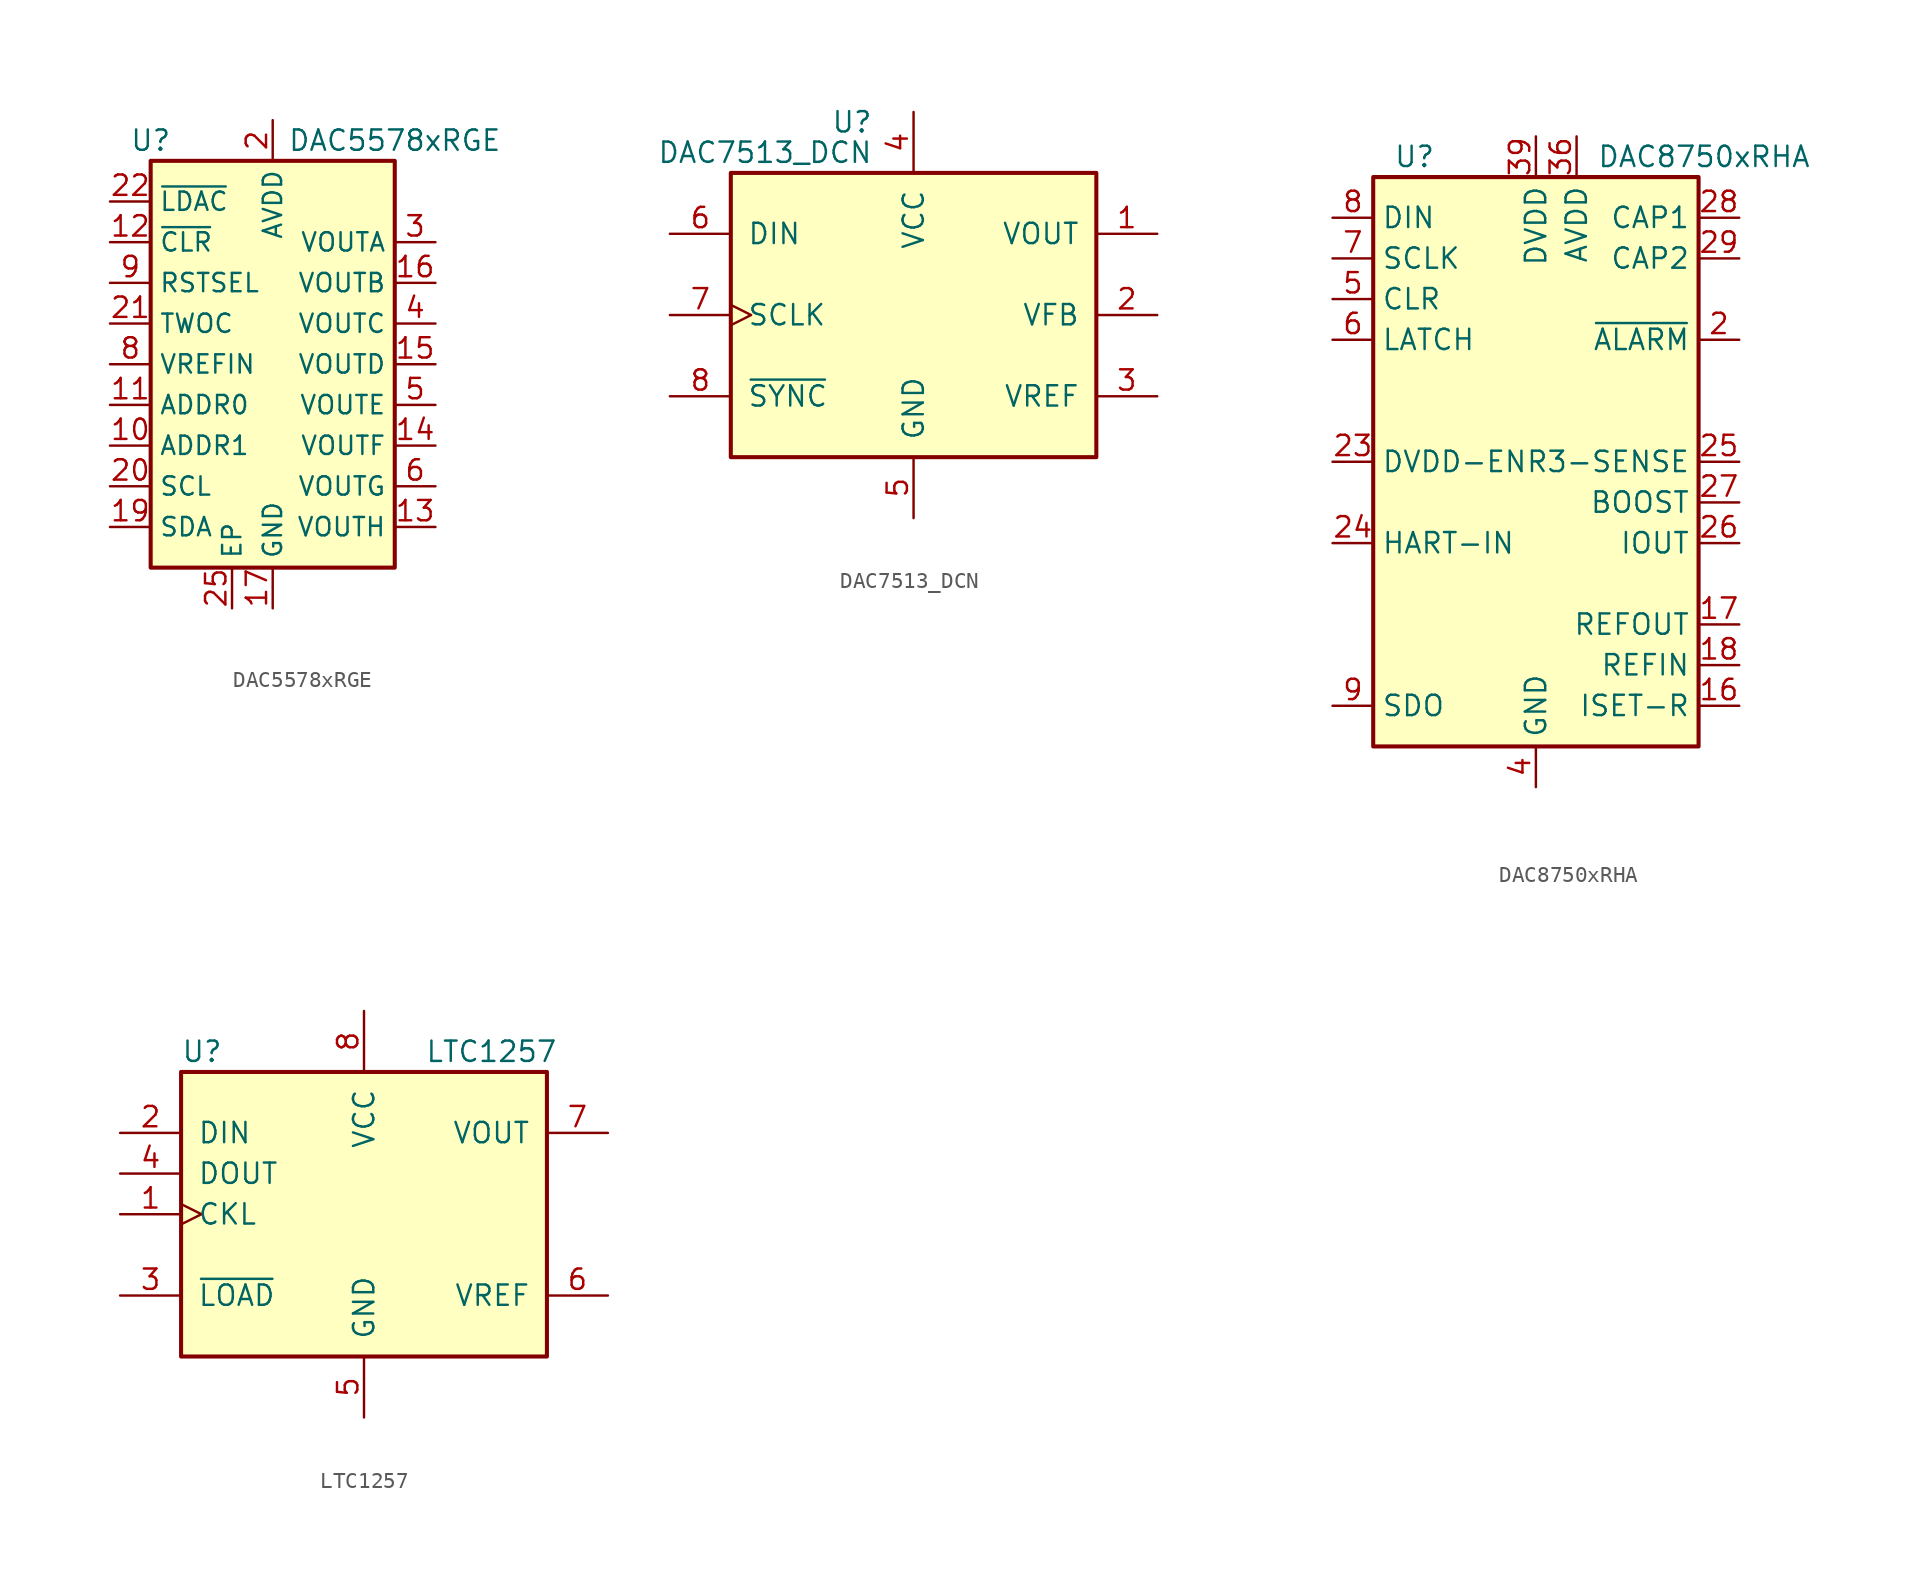
<source format=kicad_sym>
(kicad_symbol_lib
  (version 20201005)
  (generator kicad_symbol_editor)
  (symbol "Analog_DAC:DAC5578xRGE"
    (property "Reference" "U"
      (at -7.62 13.97 0)
      (effects (font (size 1.27 1.27))))
    (property "Value" "DAC5578xRGE"
      (at 7.62 13.97 0)
      (effects (font (size 1.27 1.27))))
    (symbol "DAC5578xRGE_0_1"
      (rectangle (start -7.62 12.7) (end 7.62 -12.7) (stroke (width 0.254)) (fill (type background))))
    (symbol "DAC5578xRGE_1_1"
      (pin no_connect line (at 7.62 10.16 180) (length 2.54) hide (name "NC" (effects (font (size 1.143 1.143)))) (number "1" (effects (font (size 1.27 1.27)))))
      (pin input line (at -10.16 -5.08 0) (length 2.54) (name "ADDR1" (effects (font (size 1.143 1.143)))) (number "10" (effects (font (size 1.27 1.27)))))
      (pin input line (at -10.16 -2.54 0) (length 2.54) (name "ADDR0" (effects (font (size 1.143 1.143)))) (number "11" (effects (font (size 1.27 1.27)))))
      (pin input line (at -10.16 7.62 0) (length 2.54) (name "~CLR" (effects (font (size 1.143 1.143)))) (number "12" (effects (font (size 1.27 1.27)))))
      (pin output line (at 10.16 -10.16 180) (length 2.54) (name "VOUTH" (effects (font (size 1.143 1.143)))) (number "13" (effects (font (size 1.27 1.27)))))
      (pin output line (at 10.16 -5.08 180) (length 2.54) (name "VOUTF" (effects (font (size 1.143 1.143)))) (number "14" (effects (font (size 1.27 1.27)))))
      (pin output line (at 10.16 0 180) (length 2.54) (name "VOUTD" (effects (font (size 1.143 1.143)))) (number "15" (effects (font (size 1.27 1.27)))))
      (pin output line (at 10.16 5.08 180) (length 2.54) (name "VOUTB" (effects (font (size 1.143 1.143)))) (number "16" (effects (font (size 1.27 1.27)))))
      (pin power_in line (at 0 -15.24 90) (length 2.54) (name "GND" (effects (font (size 1.143 1.143)))) (number "17" (effects (font (size 1.27 1.27)))))
      (pin no_connect line (at 7.62 12.7 180) (length 2.54) hide (name "NC" (effects (font (size 1.143 1.143)))) (number "18" (effects (font (size 1.27 1.27)))))
      (pin bidirectional line (at -10.16 -10.16 0) (length 2.54) (name "SDA" (effects (font (size 1.143 1.143)))) (number "19" (effects (font (size 1.27 1.27)))))
      (pin power_in line (at 0 15.24 270) (length 2.54) (name "AVDD" (effects (font (size 1.143 1.143)))) (number "2" (effects (font (size 1.27 1.27)))))
      (pin input line (at -10.16 -7.62 0) (length 2.54) (name "SCL" (effects (font (size 1.143 1.143)))) (number "20" (effects (font (size 1.27 1.27)))))
      (pin input line (at -10.16 2.54 0) (length 2.54) (name "TWOC" (effects (font (size 1.143 1.143)))) (number "21" (effects (font (size 1.27 1.27)))))
      (pin input line (at -10.16 10.16 0) (length 2.54) (name "~LDAC" (effects (font (size 1.143 1.143)))) (number "22" (effects (font (size 1.27 1.27)))))
      (pin no_connect line (at 5.08 12.7 180) (length 2.54) hide (name "NC" (effects (font (size 1.143 1.143)))) (number "23" (effects (font (size 1.27 1.27)))))
      (pin no_connect line (at 2.54 10.16 180) (length 2.54) hide (name "NC" (effects (font (size 1.143 1.143)))) (number "24" (effects (font (size 1.27 1.27)))))
      (pin passive line (at -2.54 -15.24 90) (length 2.54) (name "EP" (effects (font (size 1.143 1.143)))) (number "25" (effects (font (size 1.27 1.27)))))
      (pin output line (at 10.16 7.62 180) (length 2.54) (name "VOUTA" (effects (font (size 1.143 1.143)))) (number "3" (effects (font (size 1.27 1.27)))))
      (pin output line (at 10.16 2.54 180) (length 2.54) (name "VOUTC" (effects (font (size 1.143 1.143)))) (number "4" (effects (font (size 1.27 1.27)))))
      (pin output line (at 10.16 -2.54 180) (length 2.54) (name "VOUTE" (effects (font (size 1.143 1.143)))) (number "5" (effects (font (size 1.27 1.27)))))
      (pin output line (at 10.16 -7.62 180) (length 2.54) (name "VOUTG" (effects (font (size 1.143 1.143)))) (number "6" (effects (font (size 1.27 1.27)))))
      (pin no_connect line (at 5.08 10.16 180) (length 2.54) hide (name "NC" (effects (font (size 1.143 1.143)))) (number "7" (effects (font (size 1.27 1.27)))))
      (pin input line (at -10.16 0 0) (length 2.54) (name "VREFIN" (effects (font (size 1.143 1.143)))) (number "8" (effects (font (size 1.27 1.27)))))
      (pin input line (at -10.16 5.08 0) (length 2.54) (name "RSTSEL" (effects (font (size 1.143 1.143)))) (number "9" (effects (font (size 1.27 1.27)))))))
  (symbol "Analog_DAC:DAC7513_DCN"
    (pin_names
      (offset 1.016))
    (property "Reference" "U"
      (at -2.54 12.065 0)
      (effects (font (size 1.27 1.27)) (justify right)))
    (property "Value" "DAC7513_DCN"
      (at -2.54 10.16 0)
      (effects (font (size 1.27 1.27)) (justify right)))
    (symbol "DAC7513_DCN_0_1"
      (rectangle (start -11.43 8.89) (end 11.43 -8.89) (stroke (width 0.254)) (fill (type background))))
    (symbol "DAC7513_DCN_1_1"
      (pin output line (at 15.24 5.08 180) (length 3.81) (name "VOUT" (effects (font (size 1.27 1.27)))) (number "1" (effects (font (size 1.27 1.27)))))
      (pin input line (at 15.24 0 180) (length 3.81) (name "VFB" (effects (font (size 1.27 1.27)))) (number "2" (effects (font (size 1.27 1.27)))))
      (pin input line (at 15.24 -5.08 180) (length 3.81) (name "VREF" (effects (font (size 1.27 1.27)))) (number "3" (effects (font (size 1.27 1.27)))))
      (pin power_in line (at 0 12.7 270) (length 3.81) (name "VCC" (effects (font (size 1.27 1.27)))) (number "4" (effects (font (size 1.27 1.27)))))
      (pin power_in line (at 0 -12.7 90) (length 3.81) (name "GND" (effects (font (size 1.27 1.27)))) (number "5" (effects (font (size 1.27 1.27)))))
      (pin input line (at -15.24 5.08 0) (length 3.81) (name "DIN" (effects (font (size 1.27 1.27)))) (number "6" (effects (font (size 1.27 1.27)))))
      (pin input clock (at -15.24 0 0) (length 3.81) (name "SCLK" (effects (font (size 1.27 1.27)))) (number "7" (effects (font (size 1.27 1.27)))))
      (pin input line (at -15.24 -5.08 0) (length 3.81) (name "~SYNC" (effects (font (size 1.27 1.27)))) (number "8" (effects (font (size 1.27 1.27)))))))
  (symbol "Analog_DAC:DAC8750xRHA"
    (property "Reference" "U"
      (at -8.89 19.05 0)
      (effects (font (size 1.27 1.27)) (justify left)))
    (property "Value" "DAC8750xRHA"
      (at 3.81 19.05 0)
      (effects (font (size 1.27 1.27)) (justify left)))
    (symbol "DAC8750xRHA_1_1"
      (rectangle (start -10.16 17.78) (end 10.16 -17.78) (stroke (width 0.254)) (fill (type background)))
      (pin no_connect line (at -10.16 -2.54 0) (length 2.54) hide (name "NC" (effects (font (size 1.27 1.27)))) (number "1" (effects (font (size 1.27 1.27)))))
      (pin no_connect line (at -10.16 -12.7 0) (length 2.54) hide (name "NC" (effects (font (size 1.27 1.27)))) (number "10" (effects (font (size 1.27 1.27)))))
      (pin no_connect line (at -5.08 17.78 270) (length 2.54) hide (name "NC" (effects (font (size 1.27 1.27)))) (number "11" (effects (font (size 1.27 1.27)))))
      (pin passive line (at 0 -20.32 90) (length 2.54) hide (name "GND" (effects (font (size 1.27 1.27)))) (number "12" (effects (font (size 1.27 1.27)))))
      (pin passive line (at 0 -20.32 90) (length 2.54) hide (name "GND" (effects (font (size 1.27 1.27)))) (number "13" (effects (font (size 1.27 1.27)))))
      (pin passive line (at 0 -20.32 90) (length 2.54) hide (name "GND" (effects (font (size 1.27 1.27)))) (number "14" (effects (font (size 1.27 1.27)))))
      (pin passive line (at 0 -20.32 90) (length 2.54) hide (name "GND" (effects (font (size 1.27 1.27)))) (number "15" (effects (font (size 1.27 1.27)))))
      (pin passive line (at 12.7 -15.24 180) (length 2.54) (name "ISET-R" (effects (font (size 1.27 1.27)))) (number "16" (effects (font (size 1.27 1.27)))))
      (pin output line (at 12.7 -10.16 180) (length 2.54) (name "REFOUT" (effects (font (size 1.27 1.27)))) (number "17" (effects (font (size 1.27 1.27)))))
      (pin input line (at 12.7 -12.7 180) (length 2.54) (name "REFIN" (effects (font (size 1.27 1.27)))) (number "18" (effects (font (size 1.27 1.27)))))
      (pin no_connect line (at 10.16 -7.62 180) (length 2.54) hide (name "NC" (effects (font (size 1.27 1.27)))) (number "19" (effects (font (size 1.27 1.27)))))
      (pin open_collector line (at 12.7 7.62 180) (length 2.54) (name "~ALARM" (effects (font (size 1.27 1.27)))) (number "2" (effects (font (size 1.27 1.27)))))
      (pin no_connect line (at 10.16 10.16 180) (length 2.54) hide (name "NC" (effects (font (size 1.27 1.27)))) (number "20" (effects (font (size 1.27 1.27)))))
      (pin no_connect line (at -10.16 2.54 0) (length 2.54) hide (name "NC" (effects (font (size 1.27 1.27)))) (number "21" (effects (font (size 1.27 1.27)))))
      (pin no_connect line (at -2.54 17.78 270) (length 2.54) hide (name "NC" (effects (font (size 1.27 1.27)))) (number "22" (effects (font (size 1.27 1.27)))))
      (pin input line (at -12.7 0 0) (length 2.54) (name "DVDD-EN" (effects (font (size 1.27 1.27)))) (number "23" (effects (font (size 1.27 1.27)))))
      (pin input line (at -12.7 -5.08 0) (length 2.54) (name "HART-IN" (effects (font (size 1.27 1.27)))) (number "24" (effects (font (size 1.27 1.27)))))
      (pin output line (at 12.7 0 180) (length 2.54) (name "R3-SENSE" (effects (font (size 1.27 1.27)))) (number "25" (effects (font (size 1.27 1.27)))))
      (pin output line (at 12.7 -5.08 180) (length 2.54) (name "IOUT" (effects (font (size 1.27 1.27)))) (number "26" (effects (font (size 1.27 1.27)))))
      (pin output line (at 12.7 -2.54 180) (length 2.54) (name "BOOST" (effects (font (size 1.27 1.27)))) (number "27" (effects (font (size 1.27 1.27)))))
      (pin passive line (at 12.7 15.24 180) (length 2.54) (name "CAP1" (effects (font (size 1.27 1.27)))) (number "28" (effects (font (size 1.27 1.27)))))
      (pin passive line (at 12.7 12.7 180) (length 2.54) (name "CAP2" (effects (font (size 1.27 1.27)))) (number "29" (effects (font (size 1.27 1.27)))))
      (pin passive line (at 0 -20.32 90) (length 2.54) hide (name "GND" (effects (font (size 1.27 1.27)))) (number "3" (effects (font (size 1.27 1.27)))))
      (pin no_connect line (at -5.08 -17.78 90) (length 2.54) hide (name "NC" (effects (font (size 1.27 1.27)))) (number "30" (effects (font (size 1.27 1.27)))))
      (pin no_connect line (at -2.54 -17.78 90) (length 2.54) hide (name "NC" (effects (font (size 1.27 1.27)))) (number "31" (effects (font (size 1.27 1.27)))))
      (pin no_connect line (at 2.54 -17.78 90) (length 2.54) hide (name "NC" (effects (font (size 1.27 1.27)))) (number "32" (effects (font (size 1.27 1.27)))))
      (pin no_connect line (at 5.08 -17.78 90) (length 2.54) hide (name "NC" (effects (font (size 1.27 1.27)))) (number "33" (effects (font (size 1.27 1.27)))))
      (pin no_connect line (at 10.16 2.54 180) (length 2.54) hide (name "NC" (effects (font (size 1.27 1.27)))) (number "34" (effects (font (size 1.27 1.27)))))
      (pin no_connect line (at 10.16 5.08 180) (length 2.54) hide (name "NC" (effects (font (size 1.27 1.27)))) (number "35" (effects (font (size 1.27 1.27)))))
      (pin power_in line (at 2.54 20.32 270) (length 2.54) (name "AVDD" (effects (font (size 1.27 1.27)))) (number "36" (effects (font (size 1.27 1.27)))))
      (pin passive line (at 0 -20.32 90) (length 2.54) hide (name "GND" (effects (font (size 1.27 1.27)))) (number "37" (effects (font (size 1.27 1.27)))))
      (pin no_connect line (at -10.16 -10.16 0) (length 2.54) hide (name "NC" (effects (font (size 1.27 1.27)))) (number "38" (effects (font (size 1.27 1.27)))))
      (pin power_in line (at 0 20.32 270) (length 2.54) (name "DVDD" (effects (font (size 1.27 1.27)))) (number "39" (effects (font (size 1.27 1.27)))))
      (pin power_in line (at 0 -20.32 90) (length 2.54) (name "GND" (effects (font (size 1.27 1.27)))) (number "4" (effects (font (size 1.27 1.27)))))
      (pin no_connect line (at -10.16 -7.62 0) (length 2.54) hide (name "NC" (effects (font (size 1.27 1.27)))) (number "40" (effects (font (size 1.27 1.27)))))
      (pin passive line (at 0 -20.32 90) (length 2.54) hide (name "GND" (effects (font (size 1.27 1.27)))) (number "41" (effects (font (size 1.27 1.27)))))
      (pin input line (at -12.7 10.16 0) (length 2.54) (name "CLR" (effects (font (size 1.27 1.27)))) (number "5" (effects (font (size 1.27 1.27)))))
      (pin input line (at -12.7 7.62 0) (length 2.54) (name "LATCH" (effects (font (size 1.27 1.27)))) (number "6" (effects (font (size 1.27 1.27)))))
      (pin input line (at -12.7 12.7 0) (length 2.54) (name "SCLK" (effects (font (size 1.27 1.27)))) (number "7" (effects (font (size 1.27 1.27)))))
      (pin input line (at -12.7 15.24 0) (length 2.54) (name "DIN" (effects (font (size 1.27 1.27)))) (number "8" (effects (font (size 1.27 1.27)))))
      (pin output line (at -12.7 -15.24 0) (length 2.54) (name "SDO" (effects (font (size 1.27 1.27)))) (number "9" (effects (font (size 1.27 1.27)))))))
  (symbol "Analog_DAC:LTC1257"
    (pin_names
      (offset 1.016))
    (property "Reference" "U"
      (at -11.43 10.16 0)
      (effects (font (size 1.27 1.27)) (justify left)))
    (property "Value" "LTC1257"
      (at 3.81 10.16 0)
      (effects (font (size 1.27 1.27)) (justify left)))
    (symbol "LTC1257_0_1"
      (rectangle (start -11.43 8.89) (end 11.43 -8.89) (stroke (width 0.254)) (fill (type background))))
    (symbol "LTC1257_1_1"
      (pin input clock (at -15.24 0 0) (length 3.81) (name "CKL" (effects (font (size 1.27 1.27)))) (number "1" (effects (font (size 1.27 1.27)))))
      (pin input line (at -15.24 5.08 0) (length 3.81) (name "DIN" (effects (font (size 1.27 1.27)))) (number "2" (effects (font (size 1.27 1.27)))))
      (pin input line (at -15.24 -5.08 0) (length 3.81) (name "~LOAD~" (effects (font (size 1.27 1.27)))) (number "3" (effects (font (size 1.27 1.27)))))
      (pin output line (at -15.24 2.54 0) (length 3.81) (name "DOUT" (effects (font (size 1.27 1.27)))) (number "4" (effects (font (size 1.27 1.27)))))
      (pin power_in line (at 0 -12.7 90) (length 3.81) (name "GND" (effects (font (size 1.27 1.27)))) (number "5" (effects (font (size 1.27 1.27)))))
      (pin bidirectional line (at 15.24 -5.08 180) (length 3.81) (name "VREF" (effects (font (size 1.27 1.27)))) (number "6" (effects (font (size 1.27 1.27)))))
      (pin output line (at 15.24 5.08 180) (length 3.81) (name "VOUT" (effects (font (size 1.27 1.27)))) (number "7" (effects (font (size 1.27 1.27)))))
      (pin power_in line (at 0 12.7 270) (length 3.81) (name "VCC" (effects (font (size 1.27 1.27)))) (number "8" (effects (font (size 1.27 1.27))))))))
</source>
